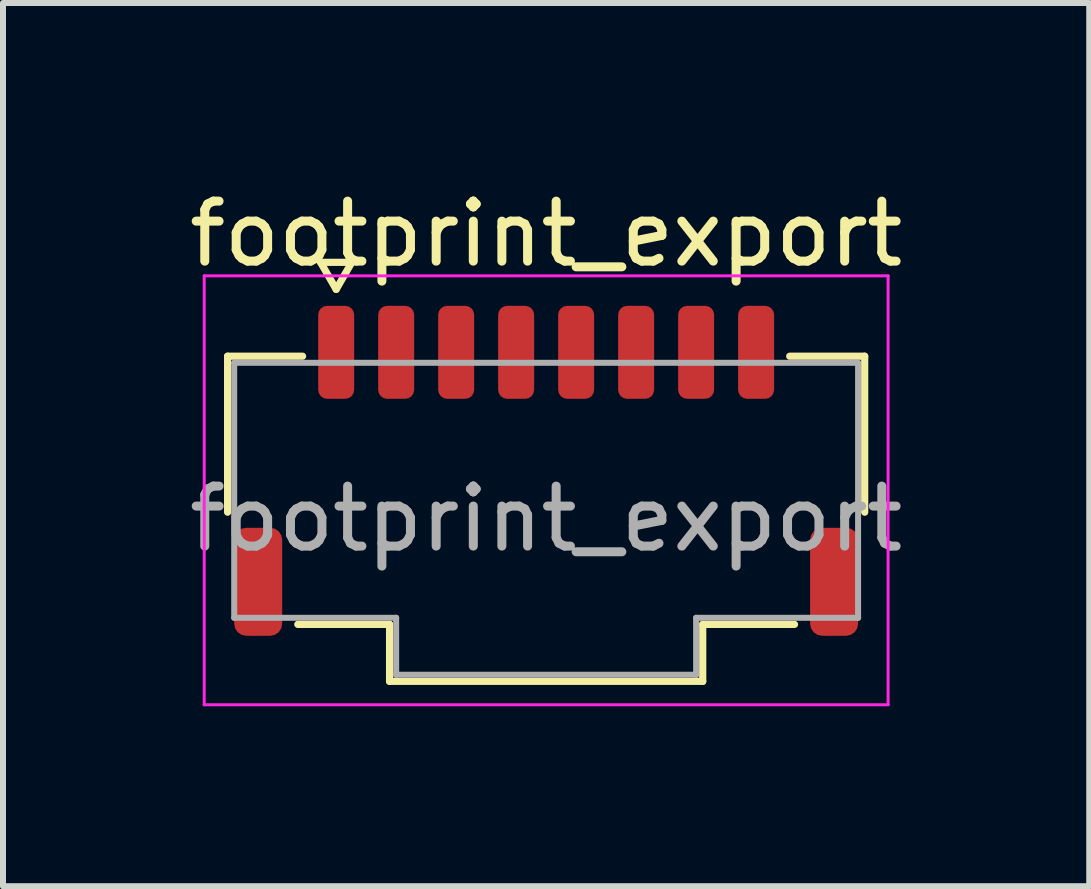
<source format=kicad_pcb>
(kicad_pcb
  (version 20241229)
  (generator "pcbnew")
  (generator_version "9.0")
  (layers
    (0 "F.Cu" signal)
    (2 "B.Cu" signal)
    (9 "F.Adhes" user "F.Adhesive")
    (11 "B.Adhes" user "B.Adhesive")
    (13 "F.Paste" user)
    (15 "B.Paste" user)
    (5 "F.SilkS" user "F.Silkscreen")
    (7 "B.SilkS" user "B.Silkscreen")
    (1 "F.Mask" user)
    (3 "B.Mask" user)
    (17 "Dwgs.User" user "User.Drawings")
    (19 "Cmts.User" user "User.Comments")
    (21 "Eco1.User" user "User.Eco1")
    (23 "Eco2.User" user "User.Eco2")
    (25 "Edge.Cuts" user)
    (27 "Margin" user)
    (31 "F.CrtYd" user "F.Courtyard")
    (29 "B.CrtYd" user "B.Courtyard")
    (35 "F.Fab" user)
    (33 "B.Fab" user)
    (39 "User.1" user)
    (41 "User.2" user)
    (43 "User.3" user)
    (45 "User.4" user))
  (footprint "footprint_export"
    (layer "F.Cu")
    (at 6.054 5.598)
    (property "Reference" "footprint_export" (at 0 -4.75 0) (layer "F.SilkS") (effects (font (size 1 1) (thickness 0.15))))
    (attr smd)
    (fp_line (start -5.31 -2.71) (end -4.06 -2.71) (stroke (width 0.12) (type solid)) (layer "F.SilkS"))
    (fp_line (start -5.31 -0.11) (end -5.31 -2.71) (stroke (width 0.12) (type solid)) (layer "F.SilkS"))
    (fp_line (start -3.76 -4.275) (end -3.5 -3.825) (stroke (width 0.12) (type solid)) (layer "F.SilkS"))
    (fp_line (start -3.5 -3.825) (end -3.24 -4.275) (stroke (width 0.12) (type solid)) (layer "F.SilkS"))
    (fp_line (start -3.24 -4.275) (end -3.76 -4.275) (stroke (width 0.12) (type solid)) (layer "F.SilkS"))
    (fp_line (start -2.61 1.76) (end -4.14 1.76) (stroke (width 0.12) (type solid)) (layer "F.SilkS"))
    (fp_line (start -2.61 2.71) (end -2.61 1.76) (stroke (width 0.12) (type solid)) (layer "F.SilkS"))
    (fp_line (start 2.61 1.76) (end 2.61 2.71) (stroke (width 0.12) (type solid)) (layer "F.SilkS"))
    (fp_line (start 2.61 2.71) (end -2.61 2.71) (stroke (width 0.12) (type solid)) (layer "F.SilkS"))
    (fp_line (start 4.06 -2.71) (end 5.31 -2.71) (stroke (width 0.12) (type solid)) (layer "F.SilkS"))
    (fp_line (start 4.14 1.76) (end 2.61 1.76) (stroke (width 0.12) (type solid)) (layer "F.SilkS"))
    (fp_line (start 5.31 -2.71) (end 5.31 -0.11) (stroke (width 0.12) (type solid)) (layer "F.SilkS"))
    (fp_line (start -5.7 -4.05) (end -5.7 3.1) (stroke (width 0.05) (type solid)) (layer "F.CrtYd"))
    (fp_line (start -5.7 3.1) (end 5.7 3.1) (stroke (width 0.05) (type solid)) (layer "F.CrtYd"))
    (fp_line (start 5.7 -4.05) (end -5.7 -4.05) (stroke (width 0.05) (type solid)) (layer "F.CrtYd"))
    (fp_line (start 5.7 3.1) (end 5.7 -4.05) (stroke (width 0.05) (type solid)) (layer "F.CrtYd"))
    (fp_line (start -5.2 -2.6) (end 5.2 -2.6) (stroke (width 0.1) (type solid)) (layer "F.Fab"))
    (fp_line (start -5.2 1.65) (end -5.2 -2.6) (stroke (width 0.1) (type solid)) (layer "F.Fab"))
    (fp_line (start -2.5 1.65) (end -5.2 1.65) (stroke (width 0.1) (type solid)) (layer "F.Fab"))
    (fp_line (start -2.5 2.6) (end -2.5 1.65) (stroke (width 0.1) (type solid)) (layer "F.Fab"))
    (fp_line (start 2.5 1.65) (end 2.5 2.6) (stroke (width 0.1) (type solid)) (layer "F.Fab"))
    (fp_line (start 2.5 2.6) (end -2.5 2.6) (stroke (width 0.1) (type solid)) (layer "F.Fab"))
    (fp_line (start 5.2 -2.6) (end 5.2 1.65) (stroke (width 0.1) (type solid)) (layer "F.Fab"))
    (fp_line (start 5.2 1.65) (end 2.5 1.65) (stroke (width 0.1) (type solid)) (layer "F.Fab"))
    (fp_text user "${REFERENCE}" (at 0 0 0) (layer "F.Fab") (effects (font (size 1 1) (thickness 0.15))))
    (pad "1" smd roundrect (at -3.5 -2.775) (size 0.6 1.55) (layers "F.Cu" "F.Mask" "F.Paste") (roundrect_rratio 0.25))
    (pad "2" smd roundrect (at -2.5 -2.775) (size 0.6 1.55) (layers "F.Cu" "F.Mask" "F.Paste") (roundrect_rratio 0.25))
    (pad "3" smd roundrect (at -1.5 -2.775) (size 0.6 1.55) (layers "F.Cu" "F.Mask" "F.Paste") (roundrect_rratio 0.25))
    (pad "4" smd roundrect (at -0.5 -2.775) (size 0.6 1.55) (layers "F.Cu" "F.Mask" "F.Paste") (roundrect_rratio 0.25))
    (pad "5" smd roundrect (at 0.5 -2.775) (size 0.6 1.55) (layers "F.Cu" "F.Mask" "F.Paste") (roundrect_rratio 0.25))
    (pad "6" smd roundrect (at 1.5 -2.775) (size 0.6 1.55) (layers "F.Cu" "F.Mask" "F.Paste") (roundrect_rratio 0.25))
    (pad "7" smd roundrect (at 2.5 -2.775) (size 0.6 1.55) (layers "F.Cu" "F.Mask" "F.Paste") (roundrect_rratio 0.25))
    (pad "8" smd roundrect (at 3.5 -2.775) (size 0.6 1.55) (layers "F.Cu" "F.Mask" "F.Paste") (roundrect_rratio 0.25))
    (pad "MP" smd roundrect (at -4.8 1.05) (size 0.8 1.8) (layers "F.Cu" "F.Mask" "F.Paste") (roundrect_rratio 0.25))
    (pad "MP" smd roundrect (at 4.8 1.05) (size 0.8 1.8) (layers "F.Cu" "F.Mask" "F.Paste") (roundrect_rratio 0.25)))
  (gr_rect
    (start -3 -3)
    (end 15.107 11.723)
    (stroke (width 0.1) (type default))
    (fill no)
    (layer "Edge.Cuts")))
</source>
